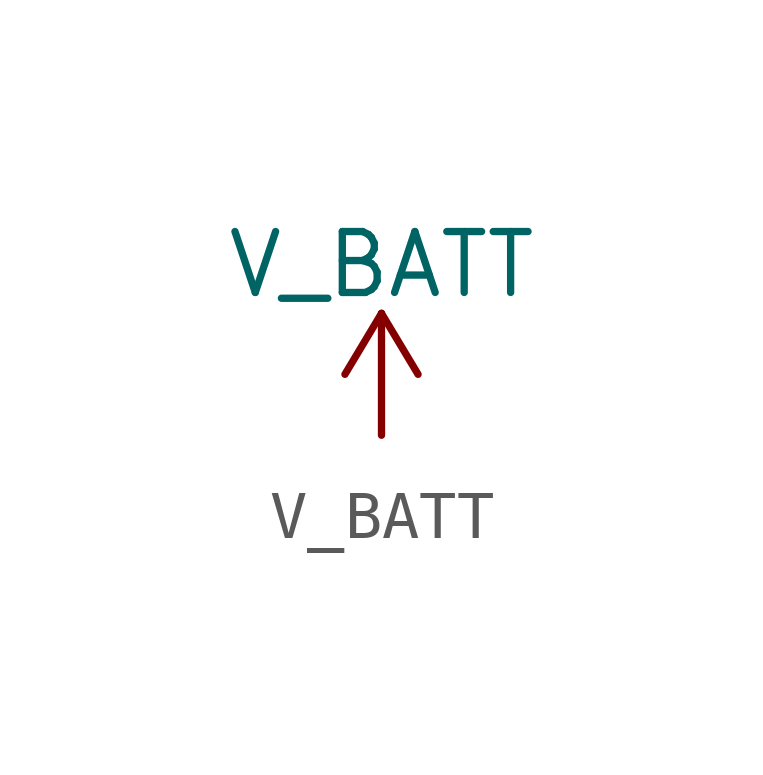
<source format=kicad_sym>
(kicad_symbol_lib
  (version 20211014)
  (generator kicad_symbol_editor)
  (symbol "V_BATT"
    (power)
    (pin_names
      (offset 0))
    (property "Reference" "#PWR"
      (at 0 -3.81 0)
      (effects (font (size 1.27 1.27)) hide))
    (property "Value" "V_BATT"
      (at 0 3.556 0)
      (effects (font (size 1.27 1.27))))
    (symbol "V_BATT_0_1"
      (polyline (pts (xy -0.762 1.27) (xy 0 2.54)) (stroke (width 0) (type default) (color 0 0 0 0)) (fill (type none)))
      (polyline (pts (xy 0 0) (xy 0 2.54)) (stroke (width 0) (type default) (color 0 0 0 0)) (fill (type none)))
      (polyline (pts (xy 0 2.54) (xy 0.762 1.27)) (stroke (width 0) (type default) (color 0 0 0 0)) (fill (type none))))
    (symbol "V_BATT_1_1"
      (pin power_in line (at 0 0 90) (length 0) hide (name "V_BATT" (effects (font (size 1.27 1.27)))) (number "1" (effects (font (size 1.27 1.27))))))))
</source>
